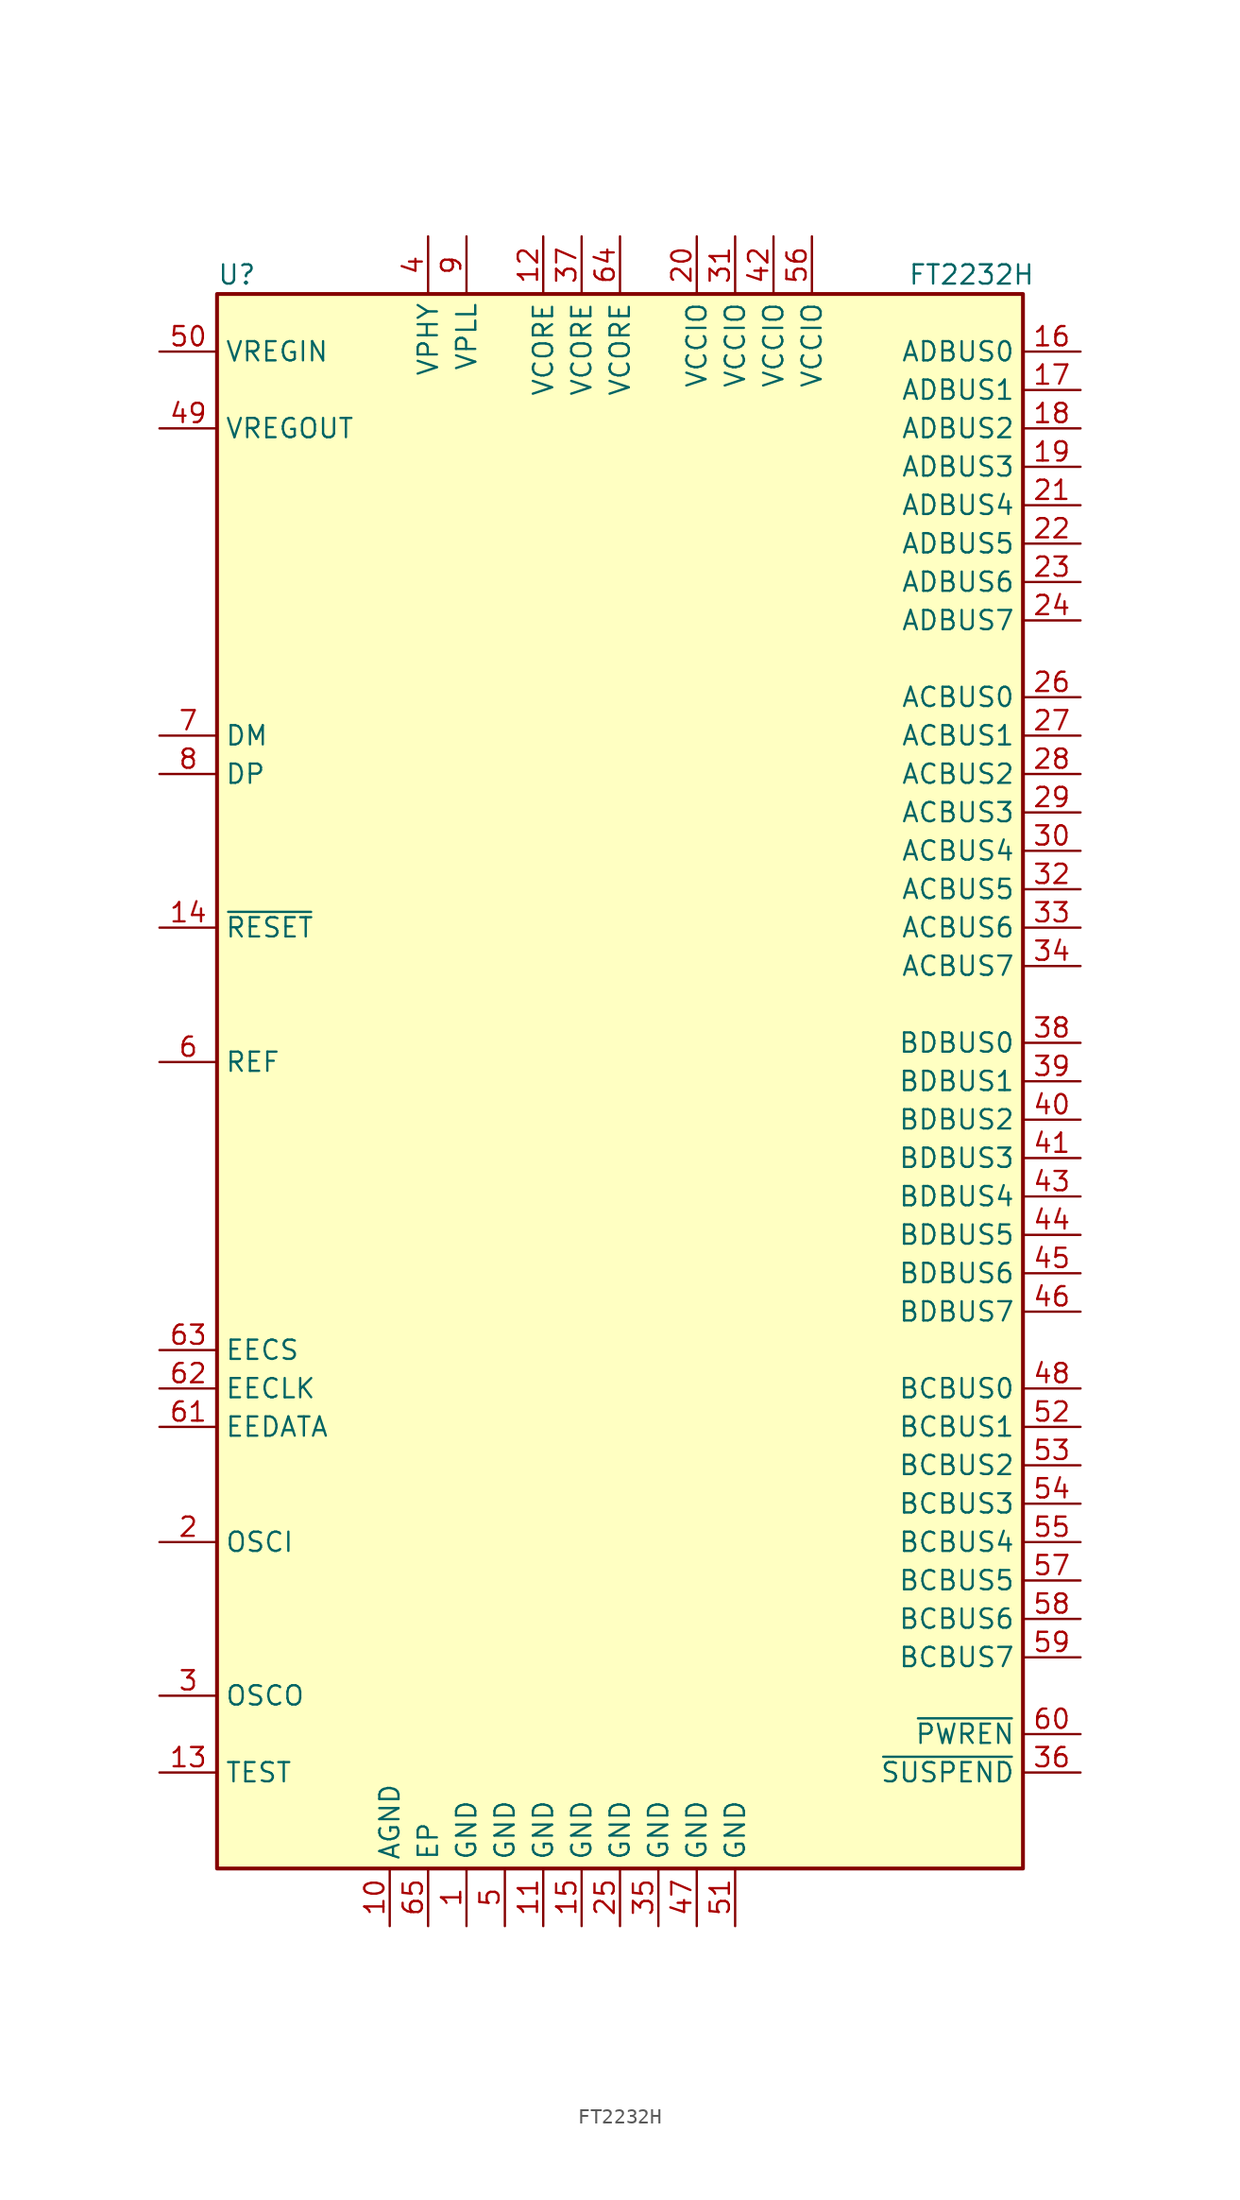
<source format=kicad_sym>
(kicad_symbol_lib
  (version 20231120)
  (generator "kicad_symbol_editor")
  (generator_version "8.0")
  (symbol "FT2232H"
    (property "Reference" "U"
      (at -26.67 53.34 0)
      (effects (font (size 1.27 1.27)) (justify left)))
    (property "Value" "FT2232H"
      (at 19.05 53.34 0)
      (effects (font (size 1.27 1.27)) (justify left)))
    (symbol "FT2232H_0_1"
      (rectangle (start -26.67 -52.07) (end 26.67 52.07) (stroke (width 0.254) (type default)) (fill (type background))))
    (symbol "FT2232H_1_1"
      (pin power_in line (at -10.16 -55.88 90) (length 3.81) (name "GND" (effects (font (size 1.27 1.27)))) (number "1" (effects (font (size 1.27 1.27)))))
      (pin power_in line (at -15.24 -55.88 90) (length 3.81) (name "AGND" (effects (font (size 1.27 1.27)))) (number "10" (effects (font (size 1.27 1.27)))))
      (pin power_in line (at -5.08 -55.88 90) (length 3.81) (name "GND" (effects (font (size 1.27 1.27)))) (number "11" (effects (font (size 1.27 1.27)))))
      (pin power_in line (at -5.08 55.88 270) (length 3.81) (name "VCORE" (effects (font (size 1.27 1.27)))) (number "12" (effects (font (size 1.27 1.27)))))
      (pin input line (at -30.48 -45.72 0) (length 3.81) (name "TEST" (effects (font (size 1.27 1.27)))) (number "13" (effects (font (size 1.27 1.27)))))
      (pin input line (at -30.48 10.16 0) (length 3.81) (name "~{RESET}" (effects (font (size 1.27 1.27)))) (number "14" (effects (font (size 1.27 1.27)))))
      (pin power_in line (at -2.54 -55.88 90) (length 3.81) (name "GND" (effects (font (size 1.27 1.27)))) (number "15" (effects (font (size 1.27 1.27)))))
      (pin bidirectional line (at 30.48 48.26 180) (length 3.81) (name "ADBUS0" (effects (font (size 1.27 1.27)))) (number "16" (effects (font (size 1.27 1.27)))))
      (pin bidirectional line (at 30.48 45.72 180) (length 3.81) (name "ADBUS1" (effects (font (size 1.27 1.27)))) (number "17" (effects (font (size 1.27 1.27)))))
      (pin bidirectional line (at 30.48 43.18 180) (length 3.81) (name "ADBUS2" (effects (font (size 1.27 1.27)))) (number "18" (effects (font (size 1.27 1.27)))))
      (pin bidirectional line (at 30.48 40.64 180) (length 3.81) (name "ADBUS3" (effects (font (size 1.27 1.27)))) (number "19" (effects (font (size 1.27 1.27)))))
      (pin input line (at -30.48 -30.48 0) (length 3.81) (name "OSCI" (effects (font (size 1.27 1.27)))) (number "2" (effects (font (size 1.27 1.27)))))
      (pin power_in line (at 5.08 55.88 270) (length 3.81) (name "VCCIO" (effects (font (size 1.27 1.27)))) (number "20" (effects (font (size 1.27 1.27)))))
      (pin bidirectional line (at 30.48 38.1 180) (length 3.81) (name "ADBUS4" (effects (font (size 1.27 1.27)))) (number "21" (effects (font (size 1.27 1.27)))))
      (pin bidirectional line (at 30.48 35.56 180) (length 3.81) (name "ADBUS5" (effects (font (size 1.27 1.27)))) (number "22" (effects (font (size 1.27 1.27)))))
      (pin bidirectional line (at 30.48 33.02 180) (length 3.81) (name "ADBUS6" (effects (font (size 1.27 1.27)))) (number "23" (effects (font (size 1.27 1.27)))))
      (pin bidirectional line (at 30.48 30.48 180) (length 3.81) (name "ADBUS7" (effects (font (size 1.27 1.27)))) (number "24" (effects (font (size 1.27 1.27)))))
      (pin power_in line (at 0 -55.88 90) (length 3.81) (name "GND" (effects (font (size 1.27 1.27)))) (number "25" (effects (font (size 1.27 1.27)))))
      (pin bidirectional line (at 30.48 25.4 180) (length 3.81) (name "ACBUS0" (effects (font (size 1.27 1.27)))) (number "26" (effects (font (size 1.27 1.27)))))
      (pin bidirectional line (at 30.48 22.86 180) (length 3.81) (name "ACBUS1" (effects (font (size 1.27 1.27)))) (number "27" (effects (font (size 1.27 1.27)))))
      (pin bidirectional line (at 30.48 20.32 180) (length 3.81) (name "ACBUS2" (effects (font (size 1.27 1.27)))) (number "28" (effects (font (size 1.27 1.27)))))
      (pin bidirectional line (at 30.48 17.78 180) (length 3.81) (name "ACBUS3" (effects (font (size 1.27 1.27)))) (number "29" (effects (font (size 1.27 1.27)))))
      (pin output line (at -30.48 -40.64 0) (length 3.81) (name "OSCO" (effects (font (size 1.27 1.27)))) (number "3" (effects (font (size 1.27 1.27)))))
      (pin bidirectional line (at 30.48 15.24 180) (length 3.81) (name "ACBUS4" (effects (font (size 1.27 1.27)))) (number "30" (effects (font (size 1.27 1.27)))))
      (pin power_in line (at 7.62 55.88 270) (length 3.81) (name "VCCIO" (effects (font (size 1.27 1.27)))) (number "31" (effects (font (size 1.27 1.27)))))
      (pin bidirectional line (at 30.48 12.7 180) (length 3.81) (name "ACBUS5" (effects (font (size 1.27 1.27)))) (number "32" (effects (font (size 1.27 1.27)))))
      (pin bidirectional line (at 30.48 10.16 180) (length 3.81) (name "ACBUS6" (effects (font (size 1.27 1.27)))) (number "33" (effects (font (size 1.27 1.27)))))
      (pin bidirectional line (at 30.48 7.62 180) (length 3.81) (name "ACBUS7" (effects (font (size 1.27 1.27)))) (number "34" (effects (font (size 1.27 1.27)))))
      (pin power_in line (at 2.54 -55.88 90) (length 3.81) (name "GND" (effects (font (size 1.27 1.27)))) (number "35" (effects (font (size 1.27 1.27)))))
      (pin output line (at 30.48 -45.72 180) (length 3.81) (name "~{SUSPEND}" (effects (font (size 1.27 1.27)))) (number "36" (effects (font (size 1.27 1.27)))))
      (pin power_in line (at -2.54 55.88 270) (length 3.81) (name "VCORE" (effects (font (size 1.27 1.27)))) (number "37" (effects (font (size 1.27 1.27)))))
      (pin bidirectional line (at 30.48 2.54 180) (length 3.81) (name "BDBUS0" (effects (font (size 1.27 1.27)))) (number "38" (effects (font (size 1.27 1.27)))))
      (pin bidirectional line (at 30.48 0 180) (length 3.81) (name "BDBUS1" (effects (font (size 1.27 1.27)))) (number "39" (effects (font (size 1.27 1.27)))))
      (pin power_in line (at -12.7 55.88 270) (length 3.81) (name "VPHY" (effects (font (size 1.27 1.27)))) (number "4" (effects (font (size 1.27 1.27)))))
      (pin bidirectional line (at 30.48 -2.54 180) (length 3.81) (name "BDBUS2" (effects (font (size 1.27 1.27)))) (number "40" (effects (font (size 1.27 1.27)))))
      (pin bidirectional line (at 30.48 -5.08 180) (length 3.81) (name "BDBUS3" (effects (font (size 1.27 1.27)))) (number "41" (effects (font (size 1.27 1.27)))))
      (pin power_in line (at 10.16 55.88 270) (length 3.81) (name "VCCIO" (effects (font (size 1.27 1.27)))) (number "42" (effects (font (size 1.27 1.27)))))
      (pin bidirectional line (at 30.48 -7.62 180) (length 3.81) (name "BDBUS4" (effects (font (size 1.27 1.27)))) (number "43" (effects (font (size 1.27 1.27)))))
      (pin bidirectional line (at 30.48 -10.16 180) (length 3.81) (name "BDBUS5" (effects (font (size 1.27 1.27)))) (number "44" (effects (font (size 1.27 1.27)))))
      (pin bidirectional line (at 30.48 -12.7 180) (length 3.81) (name "BDBUS6" (effects (font (size 1.27 1.27)))) (number "45" (effects (font (size 1.27 1.27)))))
      (pin bidirectional line (at 30.48 -15.24 180) (length 3.81) (name "BDBUS7" (effects (font (size 1.27 1.27)))) (number "46" (effects (font (size 1.27 1.27)))))
      (pin power_in line (at 5.08 -55.88 90) (length 3.81) (name "GND" (effects (font (size 1.27 1.27)))) (number "47" (effects (font (size 1.27 1.27)))))
      (pin bidirectional line (at 30.48 -20.32 180) (length 3.81) (name "BCBUS0" (effects (font (size 1.27 1.27)))) (number "48" (effects (font (size 1.27 1.27)))))
      (pin power_out line (at -30.48 43.18 0) (length 3.81) (name "VREGOUT" (effects (font (size 1.27 1.27)))) (number "49" (effects (font (size 1.27 1.27)))))
      (pin power_in line (at -7.62 -55.88 90) (length 3.81) (name "GND" (effects (font (size 1.27 1.27)))) (number "5" (effects (font (size 1.27 1.27)))))
      (pin power_in line (at -30.48 48.26 0) (length 3.81) (name "VREGIN" (effects (font (size 1.27 1.27)))) (number "50" (effects (font (size 1.27 1.27)))))
      (pin power_in line (at 7.62 -55.88 90) (length 3.81) (name "GND" (effects (font (size 1.27 1.27)))) (number "51" (effects (font (size 1.27 1.27)))))
      (pin bidirectional line (at 30.48 -22.86 180) (length 3.81) (name "BCBUS1" (effects (font (size 1.27 1.27)))) (number "52" (effects (font (size 1.27 1.27)))))
      (pin bidirectional line (at 30.48 -25.4 180) (length 3.81) (name "BCBUS2" (effects (font (size 1.27 1.27)))) (number "53" (effects (font (size 1.27 1.27)))))
      (pin bidirectional line (at 30.48 -27.94 180) (length 3.81) (name "BCBUS3" (effects (font (size 1.27 1.27)))) (number "54" (effects (font (size 1.27 1.27)))))
      (pin bidirectional line (at 30.48 -30.48 180) (length 3.81) (name "BCBUS4" (effects (font (size 1.27 1.27)))) (number "55" (effects (font (size 1.27 1.27)))))
      (pin power_in line (at 12.7 55.88 270) (length 3.81) (name "VCCIO" (effects (font (size 1.27 1.27)))) (number "56" (effects (font (size 1.27 1.27)))))
      (pin bidirectional line (at 30.48 -33.02 180) (length 3.81) (name "BCBUS5" (effects (font (size 1.27 1.27)))) (number "57" (effects (font (size 1.27 1.27)))))
      (pin bidirectional line (at 30.48 -35.56 180) (length 3.81) (name "BCBUS6" (effects (font (size 1.27 1.27)))) (number "58" (effects (font (size 1.27 1.27)))))
      (pin bidirectional line (at 30.48 -38.1 180) (length 3.81) (name "BCBUS7" (effects (font (size 1.27 1.27)))) (number "59" (effects (font (size 1.27 1.27)))))
      (pin output line (at -30.48 1.27 0) (length 3.81) (name "REF" (effects (font (size 1.27 1.27)))) (number "6" (effects (font (size 1.27 1.27)))))
      (pin output line (at 30.48 -43.18 180) (length 3.81) (name "~{PWREN}" (effects (font (size 1.27 1.27)))) (number "60" (effects (font (size 1.27 1.27)))))
      (pin bidirectional line (at -30.48 -22.86 0) (length 3.81) (name "EEDATA" (effects (font (size 1.27 1.27)))) (number "61" (effects (font (size 1.27 1.27)))))
      (pin output line (at -30.48 -20.32 0) (length 3.81) (name "EECLK" (effects (font (size 1.27 1.27)))) (number "62" (effects (font (size 1.27 1.27)))))
      (pin output line (at -30.48 -17.78 0) (length 3.81) (name "EECS" (effects (font (size 1.27 1.27)))) (number "63" (effects (font (size 1.27 1.27)))))
      (pin power_in line (at 0 55.88 270) (length 3.81) (name "VCORE" (effects (font (size 1.27 1.27)))) (number "64" (effects (font (size 1.27 1.27)))))
      (pin power_in line (at -12.7 -55.88 90) (length 3.81) (name "EP" (effects (font (size 1.27 1.27)))) (number "65" (effects (font (size 1.27 1.27)))))
      (pin bidirectional line (at -30.48 22.86 0) (length 3.81) (name "DM" (effects (font (size 1.27 1.27)))) (number "7" (effects (font (size 1.27 1.27)))))
      (pin bidirectional line (at -30.48 20.32 0) (length 3.81) (name "DP" (effects (font (size 1.27 1.27)))) (number "8" (effects (font (size 1.27 1.27)))))
      (pin input line (at -10.16 55.88 270) (length 3.81) (name "VPLL" (effects (font (size 1.27 1.27)))) (number "9" (effects (font (size 1.27 1.27))))))))
</source>
